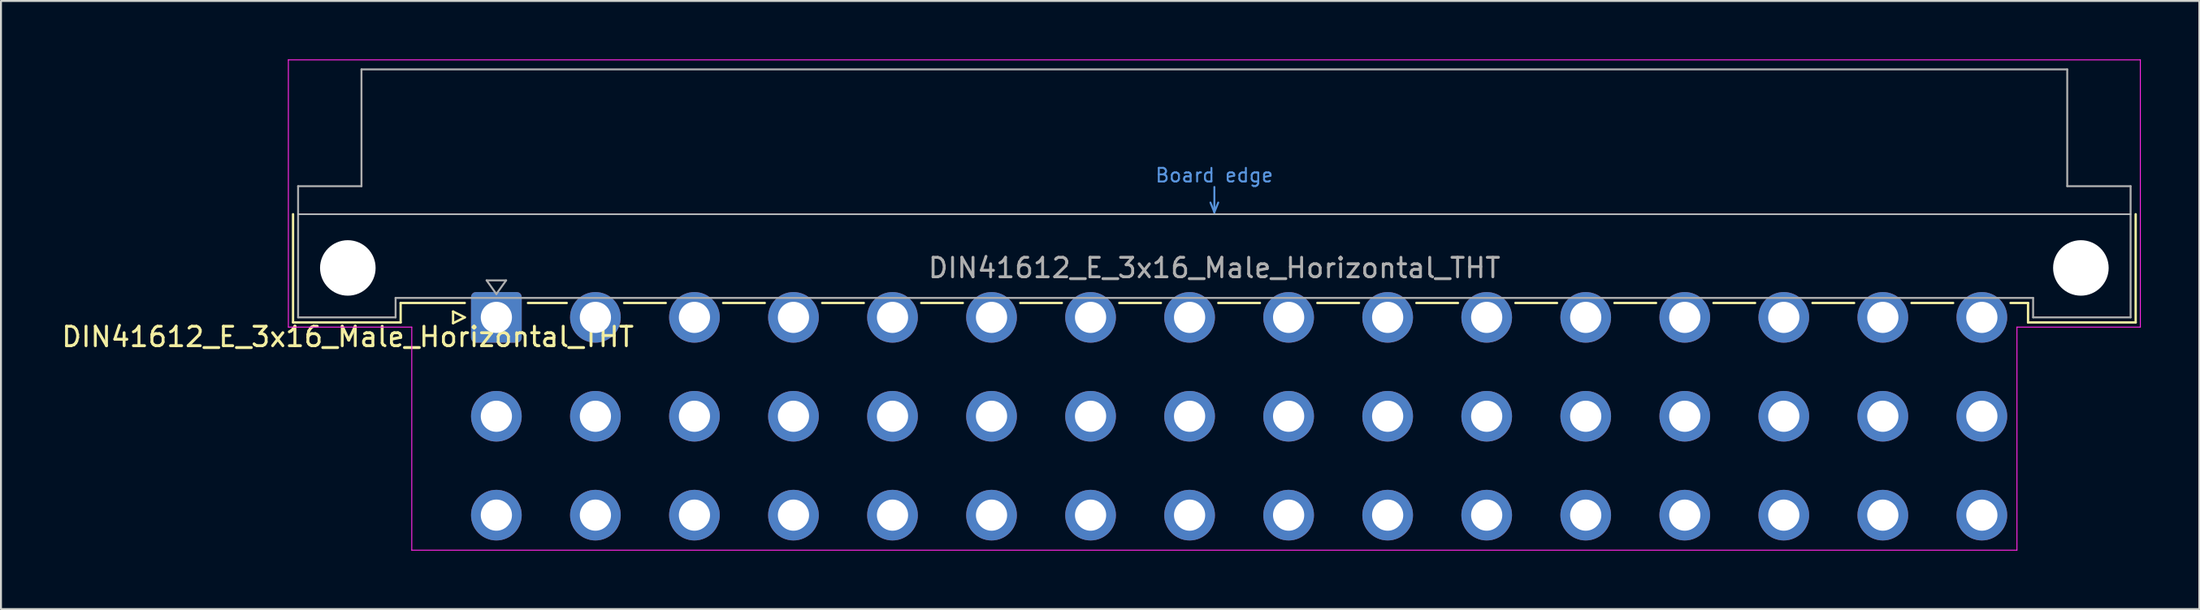
<source format=kicad_pcb>
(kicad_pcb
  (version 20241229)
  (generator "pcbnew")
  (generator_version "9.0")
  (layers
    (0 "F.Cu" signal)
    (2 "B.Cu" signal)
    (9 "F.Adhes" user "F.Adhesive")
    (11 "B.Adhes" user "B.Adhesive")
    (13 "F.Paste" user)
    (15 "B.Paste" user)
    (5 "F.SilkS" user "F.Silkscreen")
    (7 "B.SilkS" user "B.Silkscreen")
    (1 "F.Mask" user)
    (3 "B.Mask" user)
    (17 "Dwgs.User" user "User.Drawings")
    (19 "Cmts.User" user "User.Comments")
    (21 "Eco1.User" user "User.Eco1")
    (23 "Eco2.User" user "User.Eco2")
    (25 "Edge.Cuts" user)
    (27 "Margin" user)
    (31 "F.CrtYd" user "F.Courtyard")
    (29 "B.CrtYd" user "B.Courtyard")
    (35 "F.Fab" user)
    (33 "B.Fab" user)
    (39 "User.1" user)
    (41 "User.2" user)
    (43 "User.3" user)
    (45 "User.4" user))
  (footprint "DIN41612_E_3x16_Male_Horizontal_THT"
    (layer "F.Cu")
    (at 19.872 13.255)
    (property "Reference" "DIN41612_E_3x16_Male_Horizontal_THT" (at -5.08 1 0) (layer "F.SilkS") (effects (font (size 1 1) (thickness 0.15))))
    (attr through_hole)
    (fp_line (start -7.89 -5.3) (end -7.89 0.26) (stroke (width 0.12) (type solid)) (layer "F.SilkS"))
    (fp_line (start -7.89 0.26) (end -2.37 0.26) (stroke (width 0.12) (type solid)) (layer "F.SilkS"))
    (fp_line (start -2.371 -0.74) (end 0.92 -0.74) (stroke (width 0.12) (type solid)) (layer "F.SilkS"))
    (fp_line (start -2.37 0.26) (end -2.37 -0.74) (stroke (width 0.12) (type solid)) (layer "F.SilkS"))
    (fp_line (start 0.32 -0.3) (end 0.32 0.3) (stroke (width 0.12) (type solid)) (layer "F.SilkS"))
    (fp_line (start 0.32 0.3) (end 0.92 0) (stroke (width 0.12) (type solid)) (layer "F.SilkS"))
    (fp_line (start 0.92 0) (end 0.32 -0.3) (stroke (width 0.12) (type solid)) (layer "F.SilkS"))
    (fp_line (start 4.16 -0.74) (end 6.149 -0.74) (stroke (width 0.12) (type solid)) (layer "F.SilkS"))
    (fp_line (start 9.092 -0.74) (end 11.229 -0.74) (stroke (width 0.12) (type solid)) (layer "F.SilkS"))
    (fp_line (start 14.172 -0.74) (end 16.309 -0.74) (stroke (width 0.12) (type solid)) (layer "F.SilkS"))
    (fp_line (start 19.252 -0.74) (end 21.389 -0.74) (stroke (width 0.12) (type solid)) (layer "F.SilkS"))
    (fp_line (start 24.332 -0.74) (end 26.469 -0.74) (stroke (width 0.12) (type solid)) (layer "F.SilkS"))
    (fp_line (start 29.412 -0.74) (end 31.549 -0.74) (stroke (width 0.12) (type solid)) (layer "F.SilkS"))
    (fp_line (start 34.492 -0.74) (end 36.629 -0.74) (stroke (width 0.12) (type solid)) (layer "F.SilkS"))
    (fp_line (start 39.572 -0.74) (end 41.709 -0.74) (stroke (width 0.12) (type solid)) (layer "F.SilkS"))
    (fp_line (start 44.652 -0.74) (end 46.789 -0.74) (stroke (width 0.12) (type solid)) (layer "F.SilkS"))
    (fp_line (start 49.732 -0.74) (end 51.869 -0.74) (stroke (width 0.12) (type solid)) (layer "F.SilkS"))
    (fp_line (start 54.812 -0.74) (end 56.949 -0.74) (stroke (width 0.12) (type solid)) (layer "F.SilkS"))
    (fp_line (start 59.892 -0.74) (end 62.029 -0.74) (stroke (width 0.12) (type solid)) (layer "F.SilkS"))
    (fp_line (start 64.972 -0.74) (end 67.109 -0.74) (stroke (width 0.12) (type solid)) (layer "F.SilkS"))
    (fp_line (start 70.052 -0.74) (end 72.189 -0.74) (stroke (width 0.12) (type solid)) (layer "F.SilkS"))
    (fp_line (start 75.132 -0.74) (end 77.269 -0.74) (stroke (width 0.12) (type solid)) (layer "F.SilkS"))
    (fp_line (start 80.212 -0.74) (end 81.11 -0.74) (stroke (width 0.12) (type solid)) (layer "F.SilkS"))
    (fp_line (start 81.11 0.26) (end 81.11 -0.74) (stroke (width 0.12) (type solid)) (layer "F.SilkS"))
    (fp_line (start 86.63 -5.3) (end 86.63 0.26) (stroke (width 0.12) (type solid)) (layer "F.SilkS"))
    (fp_line (start 86.63 0.26) (end 81.11 0.26) (stroke (width 0.12) (type solid)) (layer "F.SilkS"))
    (fp_line (start -7.63 -5.3) (end 86.37 -5.3) (stroke (width 0.08) (type solid)) (layer "Dwgs.User"))
    (fp_line (start 39.17 -5.9) (end 39.37 -5.4) (stroke (width 0.1) (type solid)) (layer "Cmts.User"))
    (fp_line (start 39.37 -5.4) (end 39.37 -6.7) (stroke (width 0.1) (type solid)) (layer "Cmts.User"))
    (fp_line (start 39.37 -5.4) (end 39.57 -5.9) (stroke (width 0.1) (type solid)) (layer "Cmts.User"))
    (fp_line (start -8.13 -13.23) (end -8.13 0.5) (stroke (width 0.05) (type solid)) (layer "F.CrtYd"))
    (fp_line (start -8.13 0.5) (end -1.8 0.5) (stroke (width 0.05) (type solid)) (layer "F.CrtYd"))
    (fp_line (start -1.8 0.5) (end -1.8 11.96) (stroke (width 0.05) (type solid)) (layer "F.CrtYd"))
    (fp_line (start -1.8 11.96) (end 80.54 11.96) (stroke (width 0.05) (type solid)) (layer "F.CrtYd"))
    (fp_line (start 80.54 0.5) (end 86.87 0.5) (stroke (width 0.05) (type solid)) (layer "F.CrtYd"))
    (fp_line (start 80.54 11.96) (end 80.54 0.5) (stroke (width 0.05) (type solid)) (layer "F.CrtYd"))
    (fp_line (start 86.87 -13.23) (end -8.13 -13.23) (stroke (width 0.05) (type solid)) (layer "F.CrtYd"))
    (fp_line (start 86.87 0.5) (end 86.87 -13.23) (stroke (width 0.05) (type solid)) (layer "F.CrtYd"))
    (fp_line (start -7.63 -6.74) (end -7.63 0) (stroke (width 0.1) (type solid)) (layer "F.Fab"))
    (fp_line (start -7.63 0) (end -2.63 0) (stroke (width 0.1) (type solid)) (layer "F.Fab"))
    (fp_line (start -4.38 -12.74) (end -4.38 -6.74) (stroke (width 0.1) (type solid)) (layer "F.Fab"))
    (fp_line (start -4.38 -6.74) (end -7.63 -6.74) (stroke (width 0.1) (type solid)) (layer "F.Fab"))
    (fp_line (start -2.63 -1) (end 81.37 -1) (stroke (width 0.1) (type solid)) (layer "F.Fab"))
    (fp_line (start -2.63 0) (end -2.63 -1) (stroke (width 0.1) (type solid)) (layer "F.Fab"))
    (fp_line (start 2.04 -1.9) (end 3.04 -1.9) (stroke (width 0.1) (type solid)) (layer "F.Fab"))
    (fp_line (start 2.54 -1.2) (end 2.04 -1.9) (stroke (width 0.1) (type solid)) (layer "F.Fab"))
    (fp_line (start 3.04 -1.9) (end 2.54 -1.2) (stroke (width 0.1) (type solid)) (layer "F.Fab"))
    (fp_line (start 81.37 -1) (end 81.37 0) (stroke (width 0.1) (type solid)) (layer "F.Fab"))
    (fp_line (start 81.37 0) (end 86.37 0) (stroke (width 0.1) (type solid)) (layer "F.Fab"))
    (fp_line (start 83.12 -12.74) (end -4.38 -12.74) (stroke (width 0.1) (type solid)) (layer "F.Fab"))
    (fp_line (start 83.12 -6.74) (end 83.12 -12.74) (stroke (width 0.1) (type solid)) (layer "F.Fab"))
    (fp_line (start 86.37 -6.74) (end 83.12 -6.74) (stroke (width 0.1) (type solid)) (layer "F.Fab"))
    (fp_line (start 86.37 0) (end 86.37 -6.74) (stroke (width 0.1) (type solid)) (layer "F.Fab"))
    (fp_text user "Board edge" (at 39.37 -7.3 0) (layer "Cmts.User") (effects (font (size 0.7 0.7) (thickness 0.1))))
    (fp_text user "${REFERENCE}" (at 39.37 -2.54 0) (layer "F.Fab") (effects (font (size 1 1) (thickness 0.15))))
    (pad "" np_thru_hole circle (at -5.08 -2.54) (size 2.85 2.85) (drill 2.85) (layers "*.Cu" "*.Mask"))
    (pad "" np_thru_hole circle (at 83.82 -2.54) (size 2.85 2.85) (drill 2.85) (layers "*.Cu" "*.Mask"))
    (pad "a2" thru_hole roundrect (at 2.54 0) (size 2.6 2.6) (drill 1.6) (layers "*.Cu" "*.Mask") (roundrect_rratio 0.096))
    (pad "a4" thru_hole circle (at 7.62 0) (size 2.6 2.6) (drill 1.6) (layers "*.Cu" "*.Mask"))
    (pad "a6" thru_hole circle (at 12.7 0) (size 2.6 2.6) (drill 1.6) (layers "*.Cu" "*.Mask"))
    (pad "a8" thru_hole circle (at 17.78 0) (size 2.6 2.6) (drill 1.6) (layers "*.Cu" "*.Mask"))
    (pad "a10" thru_hole circle (at 22.86 0) (size 2.6 2.6) (drill 1.6) (layers "*.Cu" "*.Mask"))
    (pad "a12" thru_hole circle (at 27.94 0) (size 2.6 2.6) (drill 1.6) (layers "*.Cu" "*.Mask"))
    (pad "a14" thru_hole circle (at 33.02 0) (size 2.6 2.6) (drill 1.6) (layers "*.Cu" "*.Mask"))
    (pad "a16" thru_hole circle (at 38.1 0) (size 2.6 2.6) (drill 1.6) (layers "*.Cu" "*.Mask"))
    (pad "a18" thru_hole circle (at 43.18 0) (size 2.6 2.6) (drill 1.6) (layers "*.Cu" "*.Mask"))
    (pad "a20" thru_hole circle (at 48.26 0) (size 2.6 2.6) (drill 1.6) (layers "*.Cu" "*.Mask"))
    (pad "a22" thru_hole circle (at 53.34 0) (size 2.6 2.6) (drill 1.6) (layers "*.Cu" "*.Mask"))
    (pad "a24" thru_hole circle (at 58.42 0) (size 2.6 2.6) (drill 1.6) (layers "*.Cu" "*.Mask"))
    (pad "a26" thru_hole circle (at 63.5 0) (size 2.6 2.6) (drill 1.6) (layers "*.Cu" "*.Mask"))
    (pad "a28" thru_hole circle (at 68.58 0) (size 2.6 2.6) (drill 1.6) (layers "*.Cu" "*.Mask"))
    (pad "a30" thru_hole circle (at 73.66 0) (size 2.6 2.6) (drill 1.6) (layers "*.Cu" "*.Mask"))
    (pad "a32" thru_hole circle (at 78.74 0) (size 2.6 2.6) (drill 1.6) (layers "*.Cu" "*.Mask"))
    (pad "c2" thru_hole circle (at 2.54 5.08) (size 2.6 2.6) (drill 1.6) (layers "*.Cu" "*.Mask"))
    (pad "c4" thru_hole circle (at 7.62 5.08) (size 2.6 2.6) (drill 1.6) (layers "*.Cu" "*.Mask"))
    (pad "c6" thru_hole circle (at 12.7 5.08) (size 2.6 2.6) (drill 1.6) (layers "*.Cu" "*.Mask"))
    (pad "c8" thru_hole circle (at 17.78 5.08) (size 2.6 2.6) (drill 1.6) (layers "*.Cu" "*.Mask"))
    (pad "c10" thru_hole circle (at 22.86 5.08) (size 2.6 2.6) (drill 1.6) (layers "*.Cu" "*.Mask"))
    (pad "c12" thru_hole circle (at 27.94 5.08) (size 2.6 2.6) (drill 1.6) (layers "*.Cu" "*.Mask"))
    (pad "c14" thru_hole circle (at 33.02 5.08) (size 2.6 2.6) (drill 1.6) (layers "*.Cu" "*.Mask"))
    (pad "c16" thru_hole circle (at 38.1 5.08) (size 2.6 2.6) (drill 1.6) (layers "*.Cu" "*.Mask"))
    (pad "c18" thru_hole circle (at 43.18 5.08) (size 2.6 2.6) (drill 1.6) (layers "*.Cu" "*.Mask"))
    (pad "c20" thru_hole circle (at 48.26 5.08) (size 2.6 2.6) (drill 1.6) (layers "*.Cu" "*.Mask"))
    (pad "c22" thru_hole circle (at 53.34 5.08) (size 2.6 2.6) (drill 1.6) (layers "*.Cu" "*.Mask"))
    (pad "c24" thru_hole circle (at 58.42 5.08) (size 2.6 2.6) (drill 1.6) (layers "*.Cu" "*.Mask"))
    (pad "c26" thru_hole circle (at 63.5 5.08) (size 2.6 2.6) (drill 1.6) (layers "*.Cu" "*.Mask"))
    (pad "c28" thru_hole circle (at 68.58 5.08) (size 2.6 2.6) (drill 1.6) (layers "*.Cu" "*.Mask"))
    (pad "c30" thru_hole circle (at 73.66 5.08) (size 2.6 2.6) (drill 1.6) (layers "*.Cu" "*.Mask"))
    (pad "c32" thru_hole circle (at 78.74 5.08) (size 2.6 2.6) (drill 1.6) (layers "*.Cu" "*.Mask"))
    (pad "e2" thru_hole circle (at 2.54 10.16) (size 2.6 2.6) (drill 1.6) (layers "*.Cu" "*.Mask"))
    (pad "e4" thru_hole circle (at 7.62 10.16) (size 2.6 2.6) (drill 1.6) (layers "*.Cu" "*.Mask"))
    (pad "e6" thru_hole circle (at 12.7 10.16) (size 2.6 2.6) (drill 1.6) (layers "*.Cu" "*.Mask"))
    (pad "e8" thru_hole circle (at 17.78 10.16) (size 2.6 2.6) (drill 1.6) (layers "*.Cu" "*.Mask"))
    (pad "e10" thru_hole circle (at 22.86 10.16) (size 2.6 2.6) (drill 1.6) (layers "*.Cu" "*.Mask"))
    (pad "e12" thru_hole circle (at 27.94 10.16) (size 2.6 2.6) (drill 1.6) (layers "*.Cu" "*.Mask"))
    (pad "e14" thru_hole circle (at 33.02 10.16) (size 2.6 2.6) (drill 1.6) (layers "*.Cu" "*.Mask"))
    (pad "e16" thru_hole circle (at 38.1 10.16) (size 2.6 2.6) (drill 1.6) (layers "*.Cu" "*.Mask"))
    (pad "e18" thru_hole circle (at 43.18 10.16) (size 2.6 2.6) (drill 1.6) (layers "*.Cu" "*.Mask"))
    (pad "e20" thru_hole circle (at 48.26 10.16) (size 2.6 2.6) (drill 1.6) (layers "*.Cu" "*.Mask"))
    (pad "e22" thru_hole circle (at 53.34 10.16) (size 2.6 2.6) (drill 1.6) (layers "*.Cu" "*.Mask"))
    (pad "e24" thru_hole circle (at 58.42 10.16) (size 2.6 2.6) (drill 1.6) (layers "*.Cu" "*.Mask"))
    (pad "e26" thru_hole circle (at 63.5 10.16) (size 2.6 2.6) (drill 1.6) (layers "*.Cu" "*.Mask"))
    (pad "e28" thru_hole circle (at 68.58 10.16) (size 2.6 2.6) (drill 1.6) (layers "*.Cu" "*.Mask"))
    (pad "e30" thru_hole circle (at 73.66 10.16) (size 2.6 2.6) (drill 1.6) (layers "*.Cu" "*.Mask"))
    (pad "e32" thru_hole circle (at 78.74 10.16) (size 2.6 2.6) (drill 1.6) (layers "*.Cu" "*.Mask")))
  (gr_rect
    (start -3 -3)
    (end 109.767 28.24)
    (stroke (width 0.1) (type default))
    (fill no)
    (layer "Edge.Cuts")))
</source>
